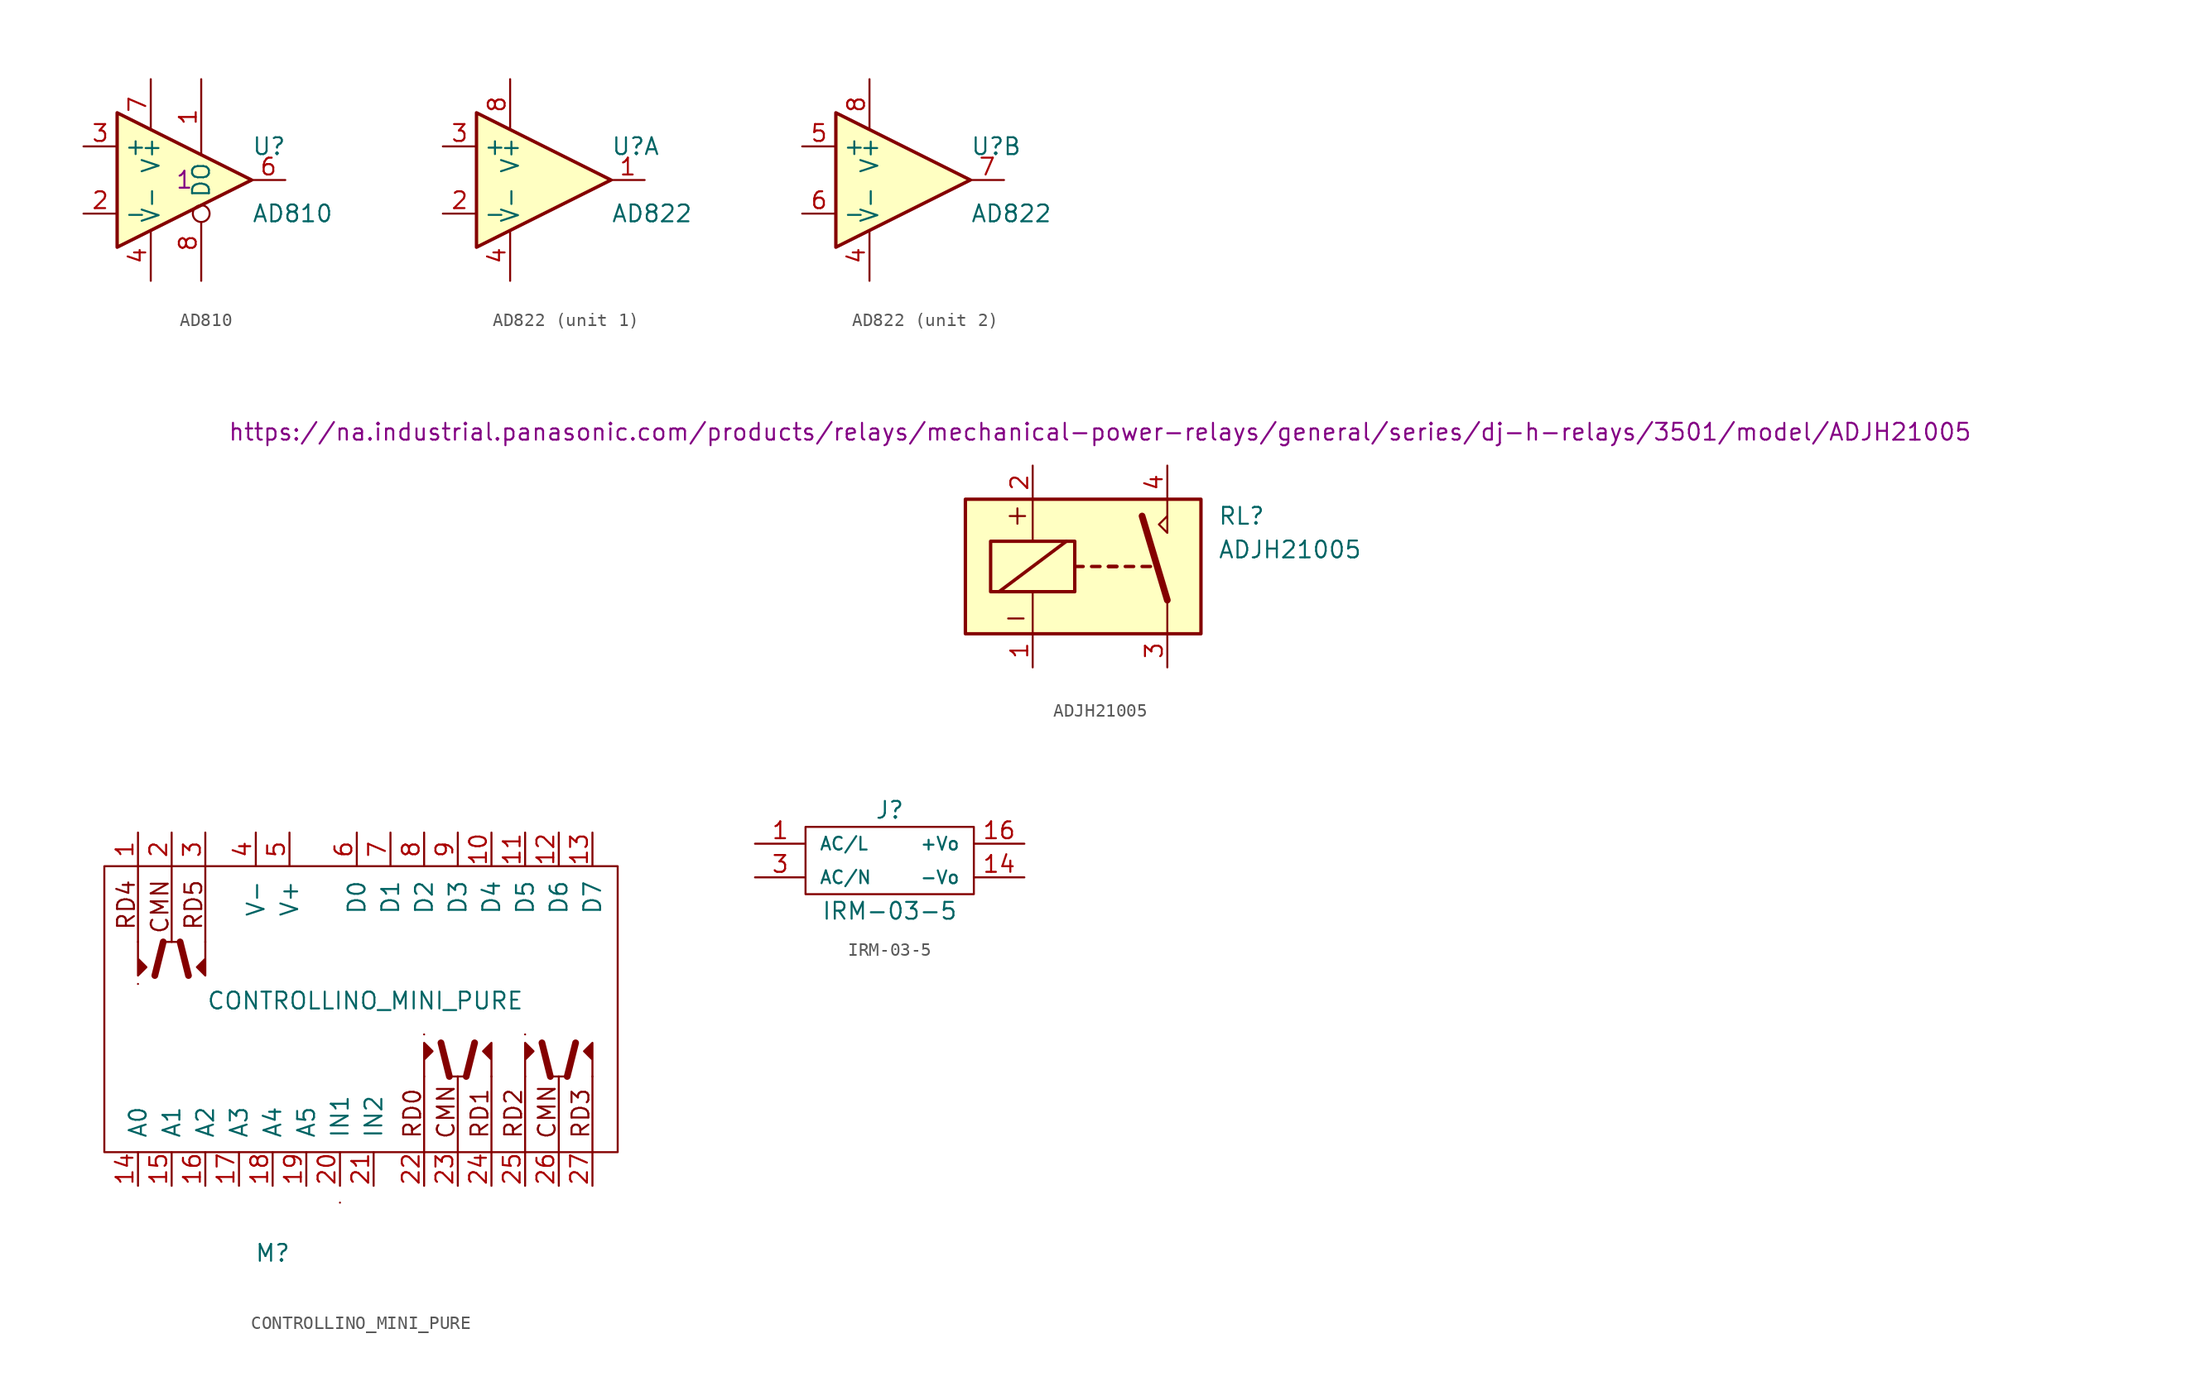
<source format=kicad_sym>
(kicad_symbol_lib
  (version 20211014)
  (generator kicad_symbol_editor)
  (symbol "AD810"
    (property "Reference" "U"
      (at 5.08 2.54 0)
      (effects (font (size 1.27 1.27)) (justify left)))
    (property "Value" "AD810"
      (at 5.08 -2.54 0)
      (effects (font (size 1.27 1.27)) (justify left)))
    (property "Field4" "1"
      (at 0 0 0)
      (effects (font (size 1.27 1.27))))
    (symbol "AD810_0_1"
      (polyline (pts (xy 5.08 0) (xy -5.08 5.08) (xy -5.08 -5.08) (xy 5.08 0)) (stroke (width 0.254) (type default) (color 0 0 0 0)) (fill (type background)))
      (pin power_in line (at -2.54 -7.62 90) (length 3.81) (name "V-" (effects (font (size 1.27 1.27)))) (number "4" (effects (font (size 1.27 1.27)))))
      (pin power_in line (at -2.54 7.62 270) (length 3.81) (name "V+" (effects (font (size 1.27 1.27)))) (number "7" (effects (font (size 1.27 1.27))))))
    (symbol "AD810_1_1"
      (pin input line (at 1.27 7.62 270) (length 5.715) (name "O" (effects (font (size 1.27 1.27)))) (number "1" (effects (font (size 1.27 1.27)))))
      (pin input line (at -7.62 -2.54 0) (length 2.54) (name "-" (effects (font (size 1.27 1.27)))) (number "2" (effects (font (size 1.27 1.27)))))
      (pin input line (at -7.62 2.54 0) (length 2.54) (name "+" (effects (font (size 1.27 1.27)))) (number "3" (effects (font (size 1.27 1.27)))))
      (pin output line (at 7.62 0 180) (length 2.54) (name "~" (effects (font (size 1.27 1.27)))) (number "6" (effects (font (size 1.27 1.27)))))
      (pin input inverted (at 1.27 -7.62 90) (length 5.715) (name "D" (effects (font (size 1.27 1.27)))) (number "8" (effects (font (size 1.27 1.27)))))))
  (symbol "AD822"
    (property "Reference" "U"
      (at 5.08 2.54 0)
      (effects (font (size 1.27 1.27)) (justify left)))
    (property "Value" "AD822"
      (at 5.08 -2.54 0)
      (effects (font (size 1.27 1.27)) (justify left)))
    (symbol "AD822_0_1"
      (polyline (pts (xy 5.08 0) (xy -5.08 5.08) (xy -5.08 -5.08) (xy 5.08 0)) (stroke (width 0.254) (type default) (color 0 0 0 0)) (fill (type background)))
      (pin passive line (at -2.54 -7.62 90) (length 3.81) (name "V-" (effects (font (size 1.27 1.27)))) (number "4" (effects (font (size 1.27 1.27)))))
      (pin passive line (at -2.54 7.62 270) (length 3.81) (name "V+" (effects (font (size 1.27 1.27)))) (number "8" (effects (font (size 1.27 1.27))))))
    (symbol "AD822_1_1"
      (pin output line (at 7.62 0 180) (length 2.54) (name "~" (effects (font (size 1.27 1.27)))) (number "1" (effects (font (size 1.27 1.27)))))
      (pin input line (at -7.62 -2.54 0) (length 2.54) (name "-" (effects (font (size 1.27 1.27)))) (number "2" (effects (font (size 1.27 1.27)))))
      (pin input line (at -7.62 2.54 0) (length 2.54) (name "+" (effects (font (size 1.27 1.27)))) (number "3" (effects (font (size 1.27 1.27))))))
    (symbol "AD822_2_1"
      (pin input line (at -7.62 2.54 0) (length 2.54) (name "+" (effects (font (size 1.27 1.27)))) (number "5" (effects (font (size 1.27 1.27)))))
      (pin input line (at -7.62 -2.54 0) (length 2.54) (name "-" (effects (font (size 1.27 1.27)))) (number "6" (effects (font (size 1.27 1.27)))))
      (pin output line (at 7.62 0 180) (length 2.54) (name "~" (effects (font (size 1.27 1.27)))) (number "7" (effects (font (size 1.27 1.27)))))))
  (symbol "ADJH21005"
    (pin_names
      (offset 1.016))
    (property "Reference" "RL"
      (at 13.97 8.89 0)
      (effects (font (size 1.27 1.27)) (justify left)))
    (property "Value" "ADJH21005"
      (at 13.97 6.35 0)
      (effects (font (size 1.27 1.27)) (justify left)))
    (property "Datasheet" "https://na.industrial.panasonic.com/products/relays/mechanical-power-relays/general/series/dj-h-relays/3501/model/ADJH21005"
      (at 5.08 15.24 0)
      (effects (font (size 1.27 1.27))))
    (symbol "ADJH21005_0_0"
      (polyline (pts (xy 10.16 8.89) (xy 10.16 10.16)) (stroke (width 0) (type default) (color 0 0 0 0)) (fill (type none)))
      (polyline (pts (xy 10.16 8.89) (xy 10.16 7.62) (xy 9.525 8.255) (xy 10.16 8.89)) (stroke (width 0) (type default) (color 0 0 0 0)) (fill (type none)))
      (text "-" (at -1.27 1.27 0) (effects (font (size 1.524 1.524)))))
    (symbol "ADJH21005_0_1"
      (rectangle (start -5.08 10.16) (end 12.7 0) (stroke (width 0.254) (type default) (color 0 0 0 0)) (fill (type background)))
      (rectangle (start -3.175 6.985) (end 3.175 3.175) (stroke (width 0.254) (type default) (color 0 0 0 0)) (fill (type none)))
      (polyline (pts (xy -2.54 3.175) (xy 2.54 6.985)) (stroke (width 0.254) (type default) (color 0 0 0 0)) (fill (type none)))
      (polyline (pts (xy 0 0) (xy 0 3.175)) (stroke (width 0) (type default) (color 0 0 0 0)) (fill (type none)))
      (polyline (pts (xy 0 10.16) (xy 0 6.985)) (stroke (width 0) (type default) (color 0 0 0 0)) (fill (type none)))
      (polyline (pts (xy 3.175 5.08) (xy 3.81 5.08)) (stroke (width 0.254) (type default) (color 0 0 0 0)) (fill (type none)))
      (polyline (pts (xy 4.445 5.08) (xy 5.08 5.08)) (stroke (width 0.254) (type default) (color 0 0 0 0)) (fill (type none)))
      (polyline (pts (xy 5.715 5.08) (xy 6.35 5.08)) (stroke (width 0.254) (type default) (color 0 0 0 0)) (fill (type none)))
      (polyline (pts (xy 5.715 5.08) (xy 6.35 5.08)) (stroke (width 0.254) (type default) (color 0 0 0 0)) (fill (type none)))
      (polyline (pts (xy 6.985 5.08) (xy 7.62 5.08)) (stroke (width 0.254) (type default) (color 0 0 0 0)) (fill (type none)))
      (polyline (pts (xy 8.255 5.08) (xy 8.89 5.08)) (stroke (width 0.254) (type default) (color 0 0 0 0)) (fill (type none)))
      (polyline (pts (xy 10.16 2.54) (xy 8.255 8.89)) (stroke (width 0.508) (type default) (color 0 0 0 0)) (fill (type none)))
      (polyline (pts (xy 10.16 2.54) (xy 10.16 0)) (stroke (width 0) (type default) (color 0 0 0 0)) (fill (type none))))
    (symbol "ADJH21005_1_0"
      (text "+" (at -1.27 8.89 900) (effects (font (size 1.524 1.524)))))
    (symbol "ADJH21005_1_1"
      (pin input line (at 0 -2.54 90) (length 2.54) (name "~" (effects (font (size 1.27 1.27)))) (number "1" (effects (font (size 1.27 1.27)))))
      (pin passive line (at 0 12.7 270) (length 2.54) (name "~" (effects (font (size 1.27 1.27)))) (number "2" (effects (font (size 1.27 1.27)))))
      (pin passive line (at 10.16 -2.54 90) (length 2.54) (name "~" (effects (font (size 1.27 1.27)))) (number "3" (effects (font (size 1.27 1.27)))))
      (pin passive line (at 10.16 12.7 270) (length 2.54) (name "~" (effects (font (size 1.27 1.27)))) (number "4" (effects (font (size 1.27 1.27)))))))
  (symbol "CONTROLLINO_MINI_PURE"
    (pin_names
      (offset 1.016))
    (property "Reference" "M"
      (at -6.35 -19.05 0)
      (effects (font (size 1.27 1.27))))
    (property "Value" "CONTROLLINO_MINI_PURE"
      (at 0.635 0 0)
      (effects (font (size 1.27 1.27))))
    (symbol "CONTROLLINO_MINI_PURE_0_0"
      (text "CMN" (at -14.859 7.112 900) (effects (font (size 1.27 1.27))))
      (text "CMN" (at 6.731 -8.382 900) (effects (font (size 1.27 1.27))))
      (text "CMN" (at 14.351 -8.382 900) (effects (font (size 1.27 1.27))))
      (text "RD0" (at 4.191 -8.509 900) (effects (font (size 1.27 1.27))))
      (text "RD1" (at 9.271 -8.509 900) (effects (font (size 1.27 1.27))))
      (text "RD2" (at 11.811 -8.509 900) (effects (font (size 1.27 1.27))))
      (text "RD3" (at 16.891 -8.509 900) (effects (font (size 1.27 1.27))))
      (text "RD4" (at -17.399 7.239 900) (effects (font (size 1.27 1.27))))
      (text "RD5" (at -12.319 7.239 900) (effects (font (size 1.27 1.27)))))
    (symbol "CONTROLLINO_MINI_PURE_0_1"
      (rectangle (start -1.27 -15.24) (end -1.27 -15.24) (stroke (width 0) (type default) (color 0 0 0 0)) (fill (type none)))
      (polyline (pts (xy -16.51 1.27) (xy -16.51 1.27)) (stroke (width 0) (type default) (color 0 0 0 0)) (fill (type none)))
      (polyline (pts (xy -16.51 10.16) (xy -16.51 4.445)) (stroke (width 0) (type default) (color 0 0 0 0)) (fill (type none)))
      (polyline (pts (xy -14.605 4.445) (xy -13.335 4.445)) (stroke (width 0) (type default) (color 0 0 0 0)) (fill (type none)))
      (polyline (pts (xy -13.97 10.16) (xy -13.97 4.445)) (stroke (width 0) (type default) (color 0 0 0 0)) (fill (type none)))
      (polyline (pts (xy -11.43 10.16) (xy -11.43 4.445)) (stroke (width 0) (type default) (color 0 0 0 0)) (fill (type none)))
      (polyline (pts (xy 5.08 -11.43) (xy 5.08 -5.715)) (stroke (width 0) (type default) (color 0 0 0 0)) (fill (type none)))
      (polyline (pts (xy 5.08 -2.54) (xy 5.08 -2.54)) (stroke (width 0) (type default) (color 0 0 0 0)) (fill (type none)))
      (polyline (pts (xy 6.985 -5.715) (xy 8.255 -5.715)) (stroke (width 0) (type default) (color 0 0 0 0)) (fill (type none)))
      (polyline (pts (xy 7.62 -11.43) (xy 7.62 -5.715)) (stroke (width 0) (type default) (color 0 0 0 0)) (fill (type none)))
      (polyline (pts (xy 10.16 -11.43) (xy 10.16 -5.715)) (stroke (width 0) (type default) (color 0 0 0 0)) (fill (type none)))
      (polyline (pts (xy 12.7 -11.43) (xy 12.7 -5.715)) (stroke (width 0) (type default) (color 0 0 0 0)) (fill (type none)))
      (polyline (pts (xy 12.7 -2.54) (xy 12.7 -2.54)) (stroke (width 0) (type default) (color 0 0 0 0)) (fill (type none)))
      (polyline (pts (xy 14.605 -5.715) (xy 15.875 -5.715)) (stroke (width 0) (type default) (color 0 0 0 0)) (fill (type none)))
      (polyline (pts (xy 15.24 -11.43) (xy 15.24 -5.715)) (stroke (width 0) (type default) (color 0 0 0 0)) (fill (type none)))
      (polyline (pts (xy 17.78 -11.43) (xy 17.78 -5.715)) (stroke (width 0) (type default) (color 0 0 0 0)) (fill (type none)))
      (rectangle (start 19.685 10.16) (end -19.05 -11.43) (stroke (width 0) (type default) (color 0 0 0 0)) (fill (type none))))
    (symbol "CONTROLLINO_MINI_PURE_1_1"
      (polyline (pts (xy -15.24 1.905) (xy -14.605 4.445)) (stroke (width 0.508) (type default) (color 0 0 0 0)) (fill (type none)))
      (polyline (pts (xy -12.7 1.905) (xy -13.335 4.445)) (stroke (width 0.508) (type default) (color 0 0 0 0)) (fill (type none)))
      (polyline (pts (xy 6.35 -3.175) (xy 6.985 -5.715)) (stroke (width 0.508) (type default) (color 0 0 0 0)) (fill (type none)))
      (polyline (pts (xy 8.89 -3.175) (xy 8.255 -5.715)) (stroke (width 0.508) (type default) (color 0 0 0 0)) (fill (type none)))
      (polyline (pts (xy 13.97 -3.175) (xy 14.605 -5.715)) (stroke (width 0.508) (type default) (color 0 0 0 0)) (fill (type none)))
      (polyline (pts (xy 16.51 -3.175) (xy 15.875 -5.715)) (stroke (width 0.508) (type default) (color 0 0 0 0)) (fill (type none)))
      (polyline (pts (xy -16.51 4.445) (xy -16.51 1.905) (xy -15.875 2.54) (xy -16.51 3.175)) (stroke (width 0) (type default) (color 0 0 0 0)) (fill (type outline)))
      (polyline (pts (xy -11.43 4.445) (xy -11.43 1.905) (xy -12.065 2.54) (xy -11.43 3.175)) (stroke (width 0) (type default) (color 0 0 0 0)) (fill (type outline)))
      (polyline (pts (xy 5.08 -5.715) (xy 5.08 -3.175) (xy 5.715 -3.81) (xy 5.08 -4.445)) (stroke (width 0) (type default) (color 0 0 0 0)) (fill (type outline)))
      (polyline (pts (xy 10.16 -5.715) (xy 10.16 -3.175) (xy 9.525 -3.81) (xy 10.16 -4.445)) (stroke (width 0) (type default) (color 0 0 0 0)) (fill (type outline)))
      (polyline (pts (xy 12.7 -5.715) (xy 12.7 -3.175) (xy 13.335 -3.81) (xy 12.7 -4.445)) (stroke (width 0) (type default) (color 0 0 0 0)) (fill (type outline)))
      (polyline (pts (xy 17.78 -5.715) (xy 17.78 -3.175) (xy 17.145 -3.81) (xy 17.78 -4.445)) (stroke (width 0) (type default) (color 0 0 0 0)) (fill (type outline)))
      (pin passive line (at -16.51 12.7 270) (length 2.54) (name "~" (effects (font (size 1.27 1.27)))) (number "1" (effects (font (size 1.27 1.27)))))
      (pin output line (at 10.16 12.7 270) (length 2.54) (name "D4" (effects (font (size 1.27 1.27)))) (number "10" (effects (font (size 1.27 1.27)))))
      (pin output line (at 12.7 12.7 270) (length 2.54) (name "D5" (effects (font (size 1.27 1.27)))) (number "11" (effects (font (size 1.27 1.27)))))
      (pin output line (at 15.24 12.7 270) (length 2.54) (name "D6" (effects (font (size 1.27 1.27)))) (number "12" (effects (font (size 1.27 1.27)))))
      (pin output line (at 17.78 12.7 270) (length 2.54) (name "D7" (effects (font (size 1.27 1.27)))) (number "13" (effects (font (size 1.27 1.27)))))
      (pin input line (at -16.51 -13.97 90) (length 2.54) (name "A0" (effects (font (size 1.27 1.27)))) (number "14" (effects (font (size 1.27 1.27)))))
      (pin input line (at -13.97 -13.97 90) (length 2.54) (name "A1" (effects (font (size 1.27 1.27)))) (number "15" (effects (font (size 1.27 1.27)))))
      (pin input line (at -11.43 -13.97 90) (length 2.54) (name "A2" (effects (font (size 1.27 1.27)))) (number "16" (effects (font (size 1.27 1.27)))))
      (pin input line (at -8.89 -13.97 90) (length 2.54) (name "A3" (effects (font (size 1.27 1.27)))) (number "17" (effects (font (size 1.27 1.27)))))
      (pin input line (at -6.35 -13.97 90) (length 2.54) (name "A4" (effects (font (size 1.27 1.27)))) (number "18" (effects (font (size 1.27 1.27)))))
      (pin input line (at -3.81 -13.97 90) (length 2.54) (name "A5" (effects (font (size 1.27 1.27)))) (number "19" (effects (font (size 1.27 1.27)))))
      (pin passive line (at -13.97 12.7 270) (length 2.54) (name "~" (effects (font (size 1.27 1.27)))) (number "2" (effects (font (size 1.27 1.27)))))
      (pin input line (at -1.27 -13.97 90) (length 2.54) (name "IN1" (effects (font (size 1.27 1.27)))) (number "20" (effects (font (size 1.27 1.27)))))
      (pin input line (at 1.27 -13.97 90) (length 2.54) (name "IN2" (effects (font (size 1.27 1.27)))) (number "21" (effects (font (size 1.27 1.27)))))
      (pin passive line (at 5.08 -13.97 90) (length 2.54) (name "~" (effects (font (size 1.27 1.27)))) (number "22" (effects (font (size 1.27 1.27)))))
      (pin passive line (at 7.62 -13.97 90) (length 2.54) (name "~" (effects (font (size 1.27 1.27)))) (number "23" (effects (font (size 1.27 1.27)))))
      (pin passive line (at 10.16 -13.97 90) (length 2.54) (name "~" (effects (font (size 1.27 1.27)))) (number "24" (effects (font (size 1.27 1.27)))))
      (pin passive line (at 12.7 -13.97 90) (length 2.54) (name "~" (effects (font (size 1.27 1.27)))) (number "25" (effects (font (size 1.27 1.27)))))
      (pin passive line (at 15.24 -13.97 90) (length 2.54) (name "~" (effects (font (size 1.27 1.27)))) (number "26" (effects (font (size 1.27 1.27)))))
      (pin passive line (at 17.78 -13.97 90) (length 2.54) (name "~" (effects (font (size 1.27 1.27)))) (number "27" (effects (font (size 1.27 1.27)))))
      (pin passive line (at -11.43 12.7 270) (length 2.54) (name "~" (effects (font (size 1.27 1.27)))) (number "3" (effects (font (size 1.27 1.27)))))
      (pin power_in line (at -7.62 12.7 270) (length 2.54) (name "V-" (effects (font (size 1.27 1.27)))) (number "4" (effects (font (size 1.27 1.27)))))
      (pin power_in line (at -5.08 12.7 270) (length 2.54) (name "V+" (effects (font (size 1.27 1.27)))) (number "5" (effects (font (size 1.27 1.27)))))
      (pin output line (at 0 12.7 270) (length 2.54) (name "D0" (effects (font (size 1.27 1.27)))) (number "6" (effects (font (size 1.27 1.27)))))
      (pin output line (at 2.54 12.7 270) (length 2.54) (name "D1" (effects (font (size 1.27 1.27)))) (number "7" (effects (font (size 1.27 1.27)))))
      (pin output line (at 5.08 12.7 270) (length 2.54) (name "D2" (effects (font (size 1.27 1.27)))) (number "8" (effects (font (size 1.27 1.27)))))
      (pin output line (at 7.62 12.7 270) (length 2.54) (name "D3" (effects (font (size 1.27 1.27)))) (number "9" (effects (font (size 1.27 1.27)))))))
  (symbol "IRM-03-5"
    (pin_names
      (offset 1.016))
    (property "Reference" "J"
      (at 0 3.81 0)
      (effects (font (size 1.27 1.27))))
    (property "Value" "IRM-03-5"
      (at 0 -3.81 0)
      (effects (font (size 1.27 1.27))))
    (symbol "IRM-03-5_0_1"
      (rectangle (start -6.35 2.54) (end 6.35 -2.54) (stroke (width 0) (type default) (color 0 0 0 0)) (fill (type none))))
    (symbol "IRM-03-5_1_1"
      (pin passive line (at -10.16 1.27 0) (length 3.81) (name "AC/L" (effects (font (size 0.965 0.965)))) (number "1" (effects (font (size 1.27 1.27)))))
      (pin passive line (at 10.16 -1.27 180) (length 3.81) (name "-Vo" (effects (font (size 0.965 0.965)))) (number "14" (effects (font (size 1.27 1.27)))))
      (pin power_out line (at 10.16 1.27 180) (length 3.81) (name "+Vo" (effects (font (size 0.965 0.965)))) (number "16" (effects (font (size 1.27 1.27)))))
      (pin passive line (at -10.16 -1.27 0) (length 3.81) (name "AC/N" (effects (font (size 0.965 0.965)))) (number "3" (effects (font (size 1.27 1.27))))))))
</source>
